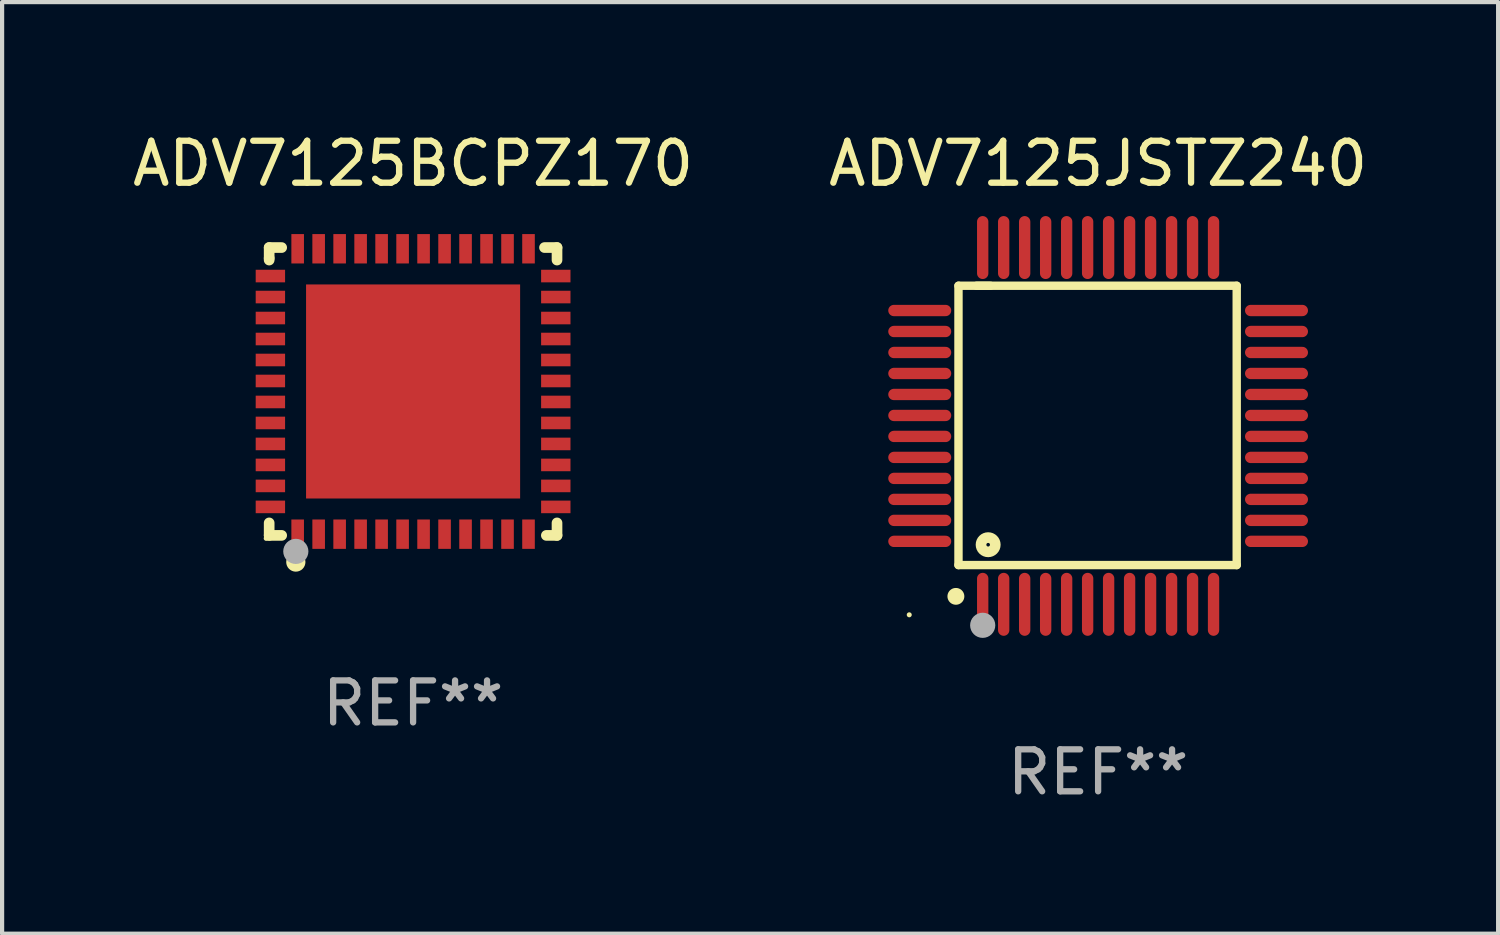
<source format=kicad_pcb>
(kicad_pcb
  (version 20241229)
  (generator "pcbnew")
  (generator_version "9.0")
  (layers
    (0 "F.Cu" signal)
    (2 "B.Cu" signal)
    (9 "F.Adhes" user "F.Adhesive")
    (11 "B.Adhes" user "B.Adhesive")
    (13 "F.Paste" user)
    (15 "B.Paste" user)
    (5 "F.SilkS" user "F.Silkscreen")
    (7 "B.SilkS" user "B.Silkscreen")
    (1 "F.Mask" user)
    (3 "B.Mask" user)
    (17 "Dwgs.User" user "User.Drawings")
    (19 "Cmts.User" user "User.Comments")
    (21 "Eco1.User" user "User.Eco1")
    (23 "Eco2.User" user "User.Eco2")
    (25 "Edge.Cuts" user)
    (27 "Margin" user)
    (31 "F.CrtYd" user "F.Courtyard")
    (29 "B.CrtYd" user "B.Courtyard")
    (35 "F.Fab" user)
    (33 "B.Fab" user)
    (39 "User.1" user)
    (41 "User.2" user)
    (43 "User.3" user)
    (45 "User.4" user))
  (footprint "ADV7125JSTZ240"
    (layer "F.Cu")
    (at 23.113 7.098)
    (property "Reference" "ADV7125JSTZ240" (at 0 -6.25 0) (layer "F.SilkS") (effects (font (size 1 1) (thickness 0.15))))
    (attr through_hole)
    (fp_line (start -3.327 -3.34) (end -2.565 -3.34) (stroke (width 0.2) (type solid)) (layer "F.SilkS"))
    (fp_line (start -3.327 3.315) (end -3.327 -3.34) (stroke (width 0.2) (type solid)) (layer "F.SilkS"))
    (fp_line (start -2.896 -3.34) (end 3.302 -3.34) (stroke (width 0.2) (type solid)) (layer "F.SilkS"))
    (fp_line (start 3.302 -3.34) (end 3.302 3.315) (stroke (width 0.2) (type solid)) (layer "F.SilkS"))
    (fp_line (start 3.302 3.315) (end -3.327 3.315) (stroke (width 0.2) (type solid)) (layer "F.SilkS"))
    (fp_arc (start -3.389992 4.059995) (mid -3.388722 4.059991) (end -3.387452 4.059995) (stroke (width 0.4) (type solid)) (layer "F.SilkS"))
    (fp_circle (center -4.5 4.5) (end -4.47 4.5) (stroke (width 0.06) (type solid)) (fill no) (layer "F.SilkS"))
    (fp_circle (center -2.62 2.83) (end -2.45 2.83) (stroke (width 0.254) (type solid)) (fill no) (layer "F.SilkS"))
    (fp_circle (center -2.75 4.75) (end -2.6 4.75) (stroke (width 0.3) (type solid)) (fill no) (layer "F.Fab"))
    (fp_text user "REF**" (at 0 8.25 0) (layer "F.Fab") (effects (font (size 1 1) (thickness 0.15))))
    (pad "1" smd oval (at -2.75 4.25) (size 0.27 1.5) (layers "F.Cu" "F.Mask" "F.Paste"))
    (pad "2" smd oval (at -2.25 4.25) (size 0.27 1.5) (layers "F.Cu" "F.Mask" "F.Paste"))
    (pad "3" smd oval (at -1.75 4.25) (size 0.27 1.5) (layers "F.Cu" "F.Mask" "F.Paste"))
    (pad "4" smd oval (at -1.25 4.25) (size 0.27 1.5) (layers "F.Cu" "F.Mask" "F.Paste"))
    (pad "5" smd oval (at -0.75 4.25) (size 0.27 1.5) (layers "F.Cu" "F.Mask" "F.Paste"))
    (pad "6" smd oval (at -0.25 4.25) (size 0.27 1.5) (layers "F.Cu" "F.Mask" "F.Paste"))
    (pad "7" smd oval (at 0.25 4.25) (size 0.27 1.5) (layers "F.Cu" "F.Mask" "F.Paste"))
    (pad "8" smd oval (at 0.75 4.25) (size 0.27 1.5) (layers "F.Cu" "F.Mask" "F.Paste"))
    (pad "9" smd oval (at 1.25 4.25) (size 0.27 1.5) (layers "F.Cu" "F.Mask" "F.Paste"))
    (pad "10" smd oval (at 1.75 4.25) (size 0.27 1.5) (layers "F.Cu" "F.Mask" "F.Paste"))
    (pad "11" smd oval (at 2.25 4.25) (size 0.27 1.5) (layers "F.Cu" "F.Mask" "F.Paste"))
    (pad "12" smd oval (at 2.75 4.25) (size 0.27 1.5) (layers "F.Cu" "F.Mask" "F.Paste"))
    (pad "13" smd oval (at 4.25 2.75) (size 1.5 0.27) (layers "F.Cu" "F.Mask" "F.Paste"))
    (pad "14" smd oval (at 4.25 2.25) (size 1.5 0.27) (layers "F.Cu" "F.Mask" "F.Paste"))
    (pad "15" smd oval (at 4.25 1.75) (size 1.5 0.27) (layers "F.Cu" "F.Mask" "F.Paste"))
    (pad "16" smd oval (at 4.25 1.25) (size 1.5 0.27) (layers "F.Cu" "F.Mask" "F.Paste"))
    (pad "17" smd oval (at 4.25 0.75) (size 1.5 0.27) (layers "F.Cu" "F.Mask" "F.Paste"))
    (pad "18" smd oval (at 4.25 0.25) (size 1.5 0.27) (layers "F.Cu" "F.Mask" "F.Paste"))
    (pad "19" smd oval (at 4.25 -0.25) (size 1.5 0.27) (layers "F.Cu" "F.Mask" "F.Paste"))
    (pad "20" smd oval (at 4.25 -0.75) (size 1.5 0.27) (layers "F.Cu" "F.Mask" "F.Paste"))
    (pad "21" smd oval (at 4.25 -1.25) (size 1.5 0.27) (layers "F.Cu" "F.Mask" "F.Paste"))
    (pad "22" smd oval (at 4.25 -1.75) (size 1.5 0.27) (layers "F.Cu" "F.Mask" "F.Paste"))
    (pad "23" smd oval (at 4.25 -2.25) (size 1.5 0.27) (layers "F.Cu" "F.Mask" "F.Paste"))
    (pad "24" smd oval (at 4.25 -2.75) (size 1.5 0.27) (layers "F.Cu" "F.Mask" "F.Paste"))
    (pad "25" smd oval (at 2.75 -4.25) (size 0.27 1.5) (layers "F.Cu" "F.Mask" "F.Paste"))
    (pad "26" smd oval (at 2.25 -4.25) (size 0.27 1.5) (layers "F.Cu" "F.Mask" "F.Paste"))
    (pad "27" smd oval (at 1.75 -4.25) (size 0.27 1.5) (layers "F.Cu" "F.Mask" "F.Paste"))
    (pad "28" smd oval (at 1.25 -4.25) (size 0.27 1.5) (layers "F.Cu" "F.Mask" "F.Paste"))
    (pad "29" smd oval (at 0.75 -4.25) (size 0.27 1.5) (layers "F.Cu" "F.Mask" "F.Paste"))
    (pad "30" smd oval (at 0.25 -4.25) (size 0.27 1.5) (layers "F.Cu" "F.Mask" "F.Paste"))
    (pad "31" smd oval (at -0.25 -4.25) (size 0.27 1.5) (layers "F.Cu" "F.Mask" "F.Paste"))
    (pad "32" smd oval (at -0.75 -4.25) (size 0.27 1.5) (layers "F.Cu" "F.Mask" "F.Paste"))
    (pad "33" smd oval (at -1.25 -4.25) (size 0.27 1.5) (layers "F.Cu" "F.Mask" "F.Paste"))
    (pad "34" smd oval (at -1.75 -4.25) (size 0.27 1.5) (layers "F.Cu" "F.Mask" "F.Paste"))
    (pad "35" smd oval (at -2.25 -4.25) (size 0.27 1.5) (layers "F.Cu" "F.Mask" "F.Paste"))
    (pad "36" smd oval (at -2.75 -4.25) (size 0.27 1.5) (layers "F.Cu" "F.Mask" "F.Paste"))
    (pad "37" smd oval (at -4.25 -2.75) (size 1.5 0.27) (layers "F.Cu" "F.Mask" "F.Paste"))
    (pad "38" smd oval (at -4.25 -2.25) (size 1.5 0.27) (layers "F.Cu" "F.Mask" "F.Paste"))
    (pad "39" smd oval (at -4.25 -1.75) (size 1.5 0.27) (layers "F.Cu" "F.Mask" "F.Paste"))
    (pad "40" smd oval (at -4.25 -1.25) (size 1.5 0.27) (layers "F.Cu" "F.Mask" "F.Paste"))
    (pad "41" smd oval (at -4.25 -0.75) (size 1.5 0.27) (layers "F.Cu" "F.Mask" "F.Paste"))
    (pad "42" smd oval (at -4.25 -0.25) (size 1.5 0.27) (layers "F.Cu" "F.Mask" "F.Paste"))
    (pad "43" smd oval (at -4.25 0.25) (size 1.5 0.27) (layers "F.Cu" "F.Mask" "F.Paste"))
    (pad "44" smd oval (at -4.25 0.75) (size 1.5 0.27) (layers "F.Cu" "F.Mask" "F.Paste"))
    (pad "45" smd oval (at -4.25 1.25) (size 1.5 0.27) (layers "F.Cu" "F.Mask" "F.Paste"))
    (pad "46" smd oval (at -4.25 1.75) (size 1.5 0.27) (layers "F.Cu" "F.Mask" "F.Paste"))
    (pad "47" smd oval (at -4.25 2.25) (size 1.5 0.27) (layers "F.Cu" "F.Mask" "F.Paste"))
    (pad "48" smd oval (at -4.25 2.75) (size 1.5 0.27) (layers "F.Cu" "F.Mask" "F.Paste")))
  (footprint "ADV7125BCPZ170"
    (layer "F.Cu")
    (at 6.792 6.277)
    (property "Reference" "ADV7125BCPZ170" (at 0 -5.429 0) (layer "F.SilkS") (effects (font (size 1 1) (thickness 0.15))))
    (attr through_hole)
    (fp_line (start -3.429 -3.429) (end -3.429 -3.175) (stroke (width 0.254) (type solid)) (layer "F.SilkS"))
    (fp_line (start -3.429 -3.175) (end -3.429 -3.131) (stroke (width 0.254) (type solid)) (layer "F.SilkS"))
    (fp_line (start -3.429 3.131) (end -3.429 3.429) (stroke (width 0.254) (type solid)) (layer "F.SilkS"))
    (fp_line (start -3.429 3.429) (end -3.131 3.429) (stroke (width 0.254) (type solid)) (layer "F.SilkS"))
    (fp_line (start -3.131 -3.429) (end -3.429 -3.429) (stroke (width 0.254) (type solid)) (layer "F.SilkS"))
    (fp_line (start 3.131 -3.429) (end 3.429 -3.429) (stroke (width 0.254) (type solid)) (layer "F.SilkS"))
    (fp_line (start 3.429 -3.429) (end 3.429 -3.131) (stroke (width 0.254) (type solid)) (layer "F.SilkS"))
    (fp_line (start 3.429 3.131) (end 3.429 3.429) (stroke (width 0.254) (type solid)) (layer "F.SilkS"))
    (fp_line (start 3.429 3.429) (end 3.175 3.429) (stroke (width 0.254) (type solid)) (layer "F.SilkS"))
    (fp_circle (center -3.5 3.5) (end -3.47 3.5) (stroke (width 0.06) (type solid)) (fill no) (layer "F.SilkS"))
    (fp_circle (center -2.794 4.064) (end -2.667 4.064) (stroke (width 0.204) (type solid)) (fill no) (layer "F.SilkS"))
    (fp_circle (center -2.794 3.81) (end -2.644 3.81) (stroke (width 0.3) (type solid)) (fill no) (layer "F.Fab"))
    (fp_text user "REF**" (at 0 7.429 0) (layer "F.Fab") (effects (font (size 1 1) (thickness 0.15))))
    (pad "1" smd rect (at -2.75 3.4) (size 0.3 0.7) (layers "F.Cu" "F.Mask" "F.Paste"))
    (pad "2" smd rect (at -2.25 3.4) (size 0.3 0.7) (layers "F.Cu" "F.Mask" "F.Paste"))
    (pad "3" smd rect (at -1.75 3.4) (size 0.3 0.7) (layers "F.Cu" "F.Mask" "F.Paste"))
    (pad "4" smd rect (at -1.25 3.4) (size 0.3 0.7) (layers "F.Cu" "F.Mask" "F.Paste"))
    (pad "5" smd rect (at -0.75 3.4) (size 0.3 0.7) (layers "F.Cu" "F.Mask" "F.Paste"))
    (pad "6" smd rect (at -0.25 3.4) (size 0.3 0.7) (layers "F.Cu" "F.Mask" "F.Paste"))
    (pad "7" smd rect (at 0.25 3.4) (size 0.3 0.7) (layers "F.Cu" "F.Mask" "F.Paste"))
    (pad "8" smd rect (at 0.75 3.4) (size 0.3 0.7) (layers "F.Cu" "F.Mask" "F.Paste"))
    (pad "9" smd rect (at 1.25 3.4) (size 0.3 0.7) (layers "F.Cu" "F.Mask" "F.Paste"))
    (pad "10" smd rect (at 1.75 3.4) (size 0.3 0.7) (layers "F.Cu" "F.Mask" "F.Paste"))
    (pad "11" smd rect (at 2.25 3.4) (size 0.3 0.7) (layers "F.Cu" "F.Mask" "F.Paste"))
    (pad "12" smd rect (at 2.75 3.4) (size 0.3 0.7) (layers "F.Cu" "F.Mask" "F.Paste"))
    (pad "13" smd rect (at 3.4 2.75) (size 0.7 0.3) (layers "F.Cu" "F.Mask" "F.Paste"))
    (pad "14" smd rect (at 3.4 2.25) (size 0.7 0.3) (layers "F.Cu" "F.Mask" "F.Paste"))
    (pad "15" smd rect (at 3.4 1.75) (size 0.7 0.3) (layers "F.Cu" "F.Mask" "F.Paste"))
    (pad "16" smd rect (at 3.4 1.25) (size 0.7 0.3) (layers "F.Cu" "F.Mask" "F.Paste"))
    (pad "17" smd rect (at 3.4 0.75) (size 0.7 0.3) (layers "F.Cu" "F.Mask" "F.Paste"))
    (pad "18" smd rect (at 3.4 0.25) (size 0.7 0.3) (layers "F.Cu" "F.Mask" "F.Paste"))
    (pad "19" smd rect (at 3.4 -0.25) (size 0.7 0.3) (layers "F.Cu" "F.Mask" "F.Paste"))
    (pad "20" smd rect (at 3.4 -0.75) (size 0.7 0.3) (layers "F.Cu" "F.Mask" "F.Paste"))
    (pad "21" smd rect (at 3.4 -1.25) (size 0.7 0.3) (layers "F.Cu" "F.Mask" "F.Paste"))
    (pad "22" smd rect (at 3.4 -1.75) (size 0.7 0.3) (layers "F.Cu" "F.Mask" "F.Paste"))
    (pad "23" smd rect (at 3.4 -2.25) (size 0.7 0.3) (layers "F.Cu" "F.Mask" "F.Paste"))
    (pad "24" smd rect (at 3.4 -2.75) (size 0.7 0.3) (layers "F.Cu" "F.Mask" "F.Paste"))
    (pad "25" smd rect (at 2.75 -3.4) (size 0.3 0.7) (layers "F.Cu" "F.Mask" "F.Paste"))
    (pad "26" smd rect (at 2.25 -3.4) (size 0.3 0.7) (layers "F.Cu" "F.Mask" "F.Paste"))
    (pad "27" smd rect (at 1.75 -3.4) (size 0.3 0.7) (layers "F.Cu" "F.Mask" "F.Paste"))
    (pad "28" smd rect (at 1.25 -3.4) (size 0.3 0.7) (layers "F.Cu" "F.Mask" "F.Paste"))
    (pad "29" smd rect (at 0.75 -3.4) (size 0.3 0.7) (layers "F.Cu" "F.Mask" "F.Paste"))
    (pad "30" smd rect (at 0.25 -3.4) (size 0.3 0.7) (layers "F.Cu" "F.Mask" "F.Paste"))
    (pad "31" smd rect (at -0.25 -3.4) (size 0.3 0.7) (layers "F.Cu" "F.Mask" "F.Paste"))
    (pad "32" smd rect (at -0.75 -3.4) (size 0.3 0.7) (layers "F.Cu" "F.Mask" "F.Paste"))
    (pad "33" smd rect (at -1.25 -3.4) (size 0.3 0.7) (layers "F.Cu" "F.Mask" "F.Paste"))
    (pad "34" smd rect (at -1.75 -3.4) (size 0.3 0.7) (layers "F.Cu" "F.Mask" "F.Paste"))
    (pad "35" smd rect (at -2.25 -3.4) (size 0.3 0.7) (layers "F.Cu" "F.Mask" "F.Paste"))
    (pad "36" smd rect (at -2.75 -3.4) (size 0.3 0.7) (layers "F.Cu" "F.Mask" "F.Paste"))
    (pad "37" smd rect (at -3.4 -2.75) (size 0.7 0.3) (layers "F.Cu" "F.Mask" "F.Paste"))
    (pad "38" smd rect (at -3.4 -2.25) (size 0.7 0.3) (layers "F.Cu" "F.Mask" "F.Paste"))
    (pad "39" smd rect (at -3.4 -1.75) (size 0.7 0.3) (layers "F.Cu" "F.Mask" "F.Paste"))
    (pad "40" smd rect (at -3.4 -1.25) (size 0.7 0.3) (layers "F.Cu" "F.Mask" "F.Paste"))
    (pad "41" smd rect (at -3.4 -0.75) (size 0.7 0.3) (layers "F.Cu" "F.Mask" "F.Paste"))
    (pad "42" smd rect (at -3.4 -0.25) (size 0.7 0.3) (layers "F.Cu" "F.Mask" "F.Paste"))
    (pad "43" smd rect (at -3.4 0.25) (size 0.7 0.3) (layers "F.Cu" "F.Mask" "F.Paste"))
    (pad "44" smd rect (at -3.4 0.75) (size 0.7 0.3) (layers "F.Cu" "F.Mask" "F.Paste"))
    (pad "45" smd rect (at -3.4 1.25) (size 0.7 0.3) (layers "F.Cu" "F.Mask" "F.Paste"))
    (pad "46" smd rect (at -3.4 1.75) (size 0.7 0.3) (layers "F.Cu" "F.Mask" "F.Paste"))
    (pad "47" smd rect (at -3.4 2.25) (size 0.7 0.3) (layers "F.Cu" "F.Mask" "F.Paste"))
    (pad "48" smd rect (at -3.4 2.75) (size 0.7 0.3) (layers "F.Cu" "F.Mask" "F.Paste"))
    (pad "49" smd rect (at 0 0) (size 5.1 5.1) (layers "F.Cu" "F.Mask" "F.Paste")))
  (gr_rect
    (start -3 -3)
    (end 32.643 19.196)
    (stroke (width 0.1) (type default))
    (fill no)
    (layer "Edge.Cuts")))
</source>
